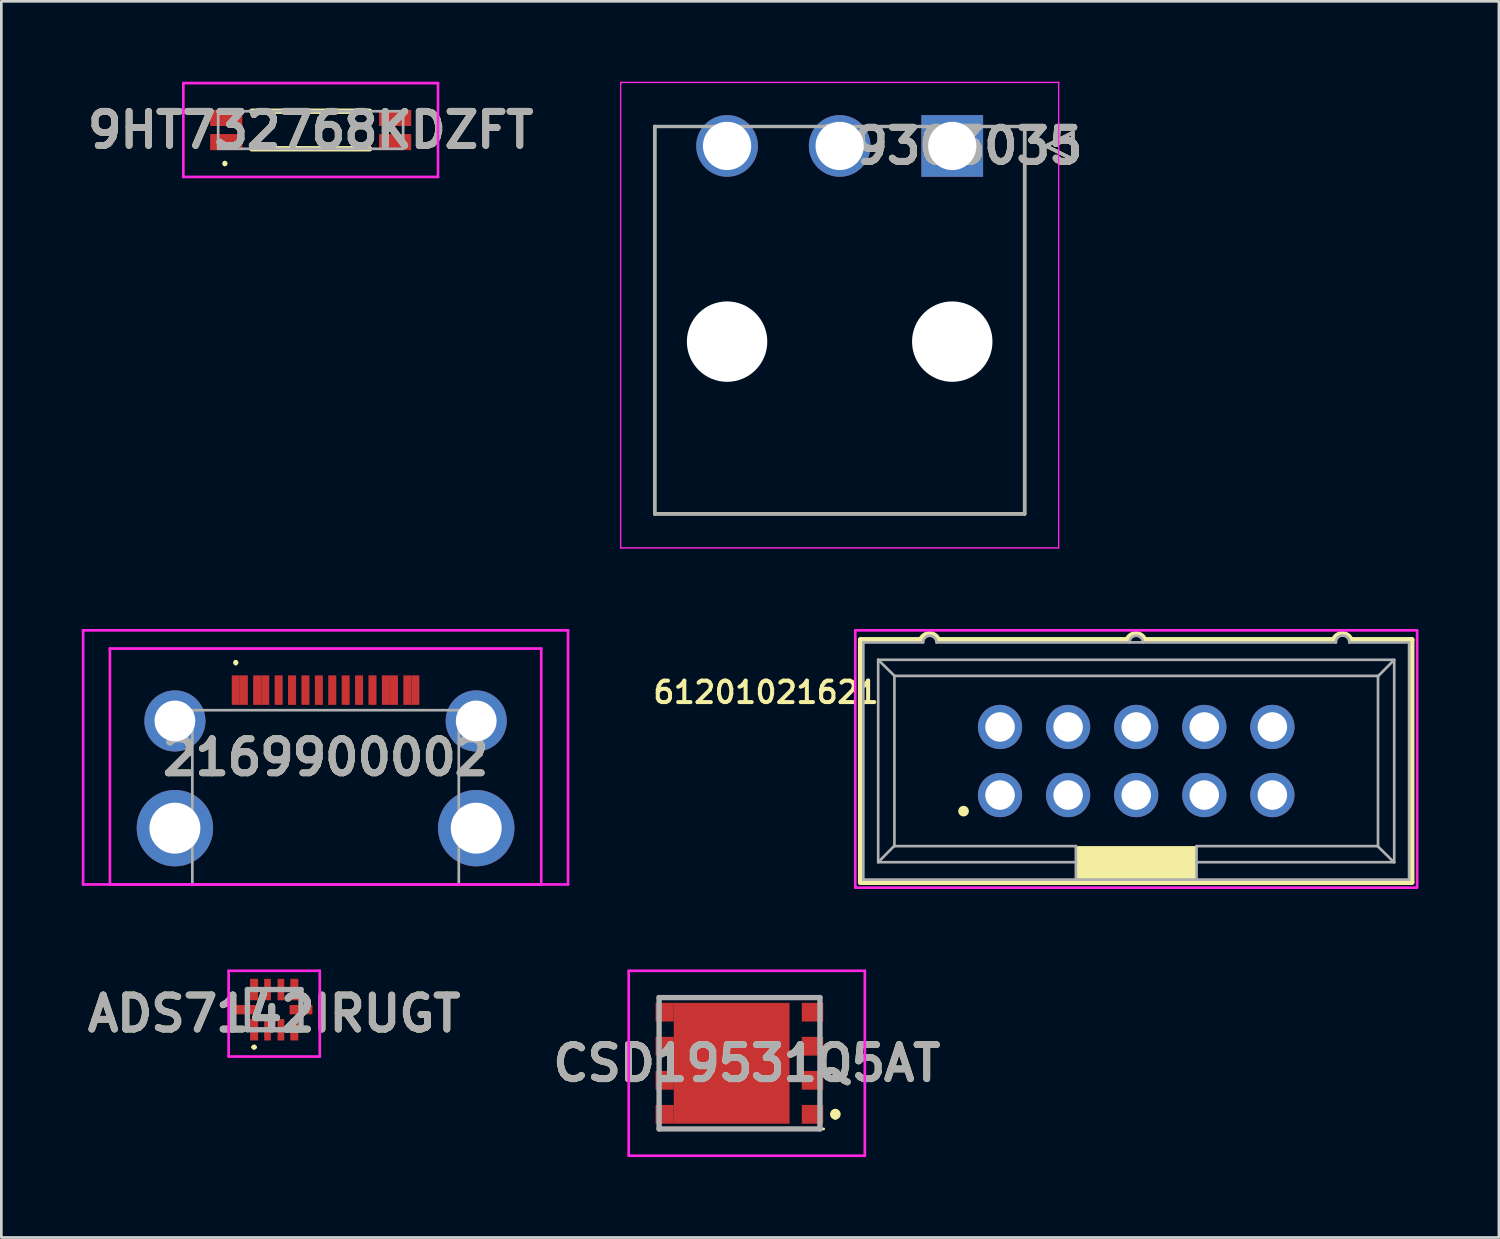
<source format=kicad_pcb>
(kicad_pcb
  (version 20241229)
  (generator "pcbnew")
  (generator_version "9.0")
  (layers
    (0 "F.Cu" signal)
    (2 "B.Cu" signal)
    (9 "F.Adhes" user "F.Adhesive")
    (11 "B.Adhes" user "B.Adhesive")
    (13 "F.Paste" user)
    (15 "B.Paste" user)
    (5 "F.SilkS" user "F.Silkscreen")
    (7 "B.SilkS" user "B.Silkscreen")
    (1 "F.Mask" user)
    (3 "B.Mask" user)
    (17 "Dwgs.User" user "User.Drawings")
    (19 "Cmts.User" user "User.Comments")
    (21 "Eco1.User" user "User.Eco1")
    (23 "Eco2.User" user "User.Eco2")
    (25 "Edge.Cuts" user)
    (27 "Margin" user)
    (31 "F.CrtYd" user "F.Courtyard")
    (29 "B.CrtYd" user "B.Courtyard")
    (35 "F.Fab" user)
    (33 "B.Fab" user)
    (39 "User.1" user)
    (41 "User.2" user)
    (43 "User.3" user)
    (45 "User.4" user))
  (footprint "CSD19531Q5AT"
    (layer "F.Cu")
    (at 24.808 36.614)
    (property "Reference" "CSD19531Q5AT" (at 0 0 0) (layer "F.SilkS") (effects (font (size 1.27 1.27) (thickness 0.254))))
    (attr smd)
    (fp_line (start -3.271 -2.45) (end 2.704 -2.45) (stroke (width 0.1) (type solid)) (layer "F.SilkS"))
    (fp_line (start -3.271 2.45) (end 2.868 2.45) (stroke (width 0.1) (type solid)) (layer "F.SilkS"))
    (fp_line (start 3.304 1.8) (end 3.304 1.8) (stroke (width 0.2) (type solid)) (layer "F.SilkS"))
    (fp_line (start 3.304 2) (end 3.304 2) (stroke (width 0.2) (type solid)) (layer "F.SilkS"))
    (fp_arc (start 3.304 1.8) (mid 3.404 1.9) (end 3.304 2) (stroke (width 0.2) (type solid)) (layer "F.SilkS"))
    (fp_arc (start 3.304 2) (mid 3.204 1.9) (end 3.304 1.8) (stroke (width 0.2) (type solid)) (layer "F.SilkS"))
    (fp_line (start -4.404 -3.45) (end 4.404 -3.45) (stroke (width 0.1) (type solid)) (layer "F.CrtYd"))
    (fp_line (start -4.404 3.45) (end -4.404 -3.45) (stroke (width 0.1) (type solid)) (layer "F.CrtYd"))
    (fp_line (start 4.404 -3.45) (end 4.404 3.45) (stroke (width 0.1) (type solid)) (layer "F.CrtYd"))
    (fp_line (start 4.404 3.45) (end -4.404 3.45) (stroke (width 0.1) (type solid)) (layer "F.CrtYd"))
    (fp_line (start -3.271 -2.45) (end 2.729 -2.45) (stroke (width 0.2) (type solid)) (layer "F.Fab"))
    (fp_line (start -3.271 2.45) (end -3.271 -2.45) (stroke (width 0.2) (type solid)) (layer "F.Fab"))
    (fp_line (start 2.729 -2.45) (end 2.729 2.45) (stroke (width 0.2) (type solid)) (layer "F.Fab"))
    (fp_line (start 2.729 2.45) (end -3.271 2.45) (stroke (width 0.2) (type solid)) (layer "F.Fab"))
    (fp_text user "${REFERENCE}" (at 0 0 0) (layer "F.Fab") (effects (font (size 1.27 1.27) (thickness 0.254))))
    (pad "1" smd rect (at 2.451 1.905) (size 0.8 0.7) (layers "F.Cu" "F.Mask" "F.Paste"))
    (pad "2" smd rect (at 2.451 0.635) (size 0.8 0.7) (layers "F.Cu" "F.Mask" "F.Paste"))
    (pad "3" smd rect (at 2.451 -0.635) (size 0.8 0.7) (layers "F.Cu" "F.Mask" "F.Paste"))
    (pad "4" smd rect (at 2.451 -1.905) (size 0.8 0.7) (layers "F.Cu" "F.Mask" "F.Paste"))
    (pad "5" smd rect (at -3.064 -1.905) (size 0.68 0.7) (layers "F.Cu" "F.Mask" "F.Paste"))
    (pad "6" smd rect (at -3.064 -0.635) (size 0.68 0.7) (layers "F.Cu" "F.Mask" "F.Paste"))
    (pad "7" smd rect (at -3.064 0.635) (size 0.68 0.7) (layers "F.Cu" "F.Mask" "F.Paste"))
    (pad "8" smd rect (at -3.064 1.905) (size 0.68 0.7) (layers "F.Cu" "F.Mask" "F.Paste"))
    (pad "9" smd rect (at -0.564 0) (size 4.32 4.51) (layers "F.Cu" "F.Mask" "F.Paste")))
  (footprint "9HT732768KDZFT"
    (layer "F.Cu")
    (at 8.539 1.8)
    (property "Reference" "9HT732768KDZFT" (at 0 0 0) (layer "F.SilkS") (effects (font (size 1.27 1.27) (thickness 0.254))))
    (attr smd)
    (fp_line (start -3.2 1.2) (end -3.2 1.2) (stroke (width 0.1) (type solid)) (layer "F.SilkS"))
    (fp_line (start -3.2 1.3) (end -3.2 1.3) (stroke (width 0.1) (type solid)) (layer "F.SilkS"))
    (fp_line (start -2.2 -0.7) (end 2.2 -0.7) (stroke (width 0.2) (type solid)) (layer "F.SilkS"))
    (fp_line (start -2.2 0.7) (end 2.2 0.7) (stroke (width 0.2) (type solid)) (layer "F.SilkS"))
    (fp_arc (start -3.2 1.2) (mid -3.15 1.25) (end -3.2 1.3) (stroke (width 0.1) (type solid)) (layer "F.SilkS"))
    (fp_arc (start -3.2 1.3) (mid -3.25 1.25) (end -3.2 1.2) (stroke (width 0.1) (type solid)) (layer "F.SilkS"))
    (fp_line (start -4.75 -1.75) (end 4.75 -1.75) (stroke (width 0.1) (type solid)) (layer "F.CrtYd"))
    (fp_line (start -4.75 1.75) (end -4.75 -1.75) (stroke (width 0.1) (type solid)) (layer "F.CrtYd"))
    (fp_line (start 4.75 -1.75) (end 4.75 1.75) (stroke (width 0.1) (type solid)) (layer "F.CrtYd"))
    (fp_line (start 4.75 1.75) (end -4.75 1.75) (stroke (width 0.1) (type solid)) (layer "F.CrtYd"))
    (fp_line (start -3.45 -0.7) (end 3.45 -0.7) (stroke (width 0.1) (type solid)) (layer "F.Fab"))
    (fp_line (start -3.45 0.7) (end -3.45 -0.7) (stroke (width 0.1) (type solid)) (layer "F.Fab"))
    (fp_line (start 3.45 -0.7) (end 3.45 0.7) (stroke (width 0.1) (type solid)) (layer "F.Fab"))
    (fp_line (start 3.45 0.7) (end -3.45 0.7) (stroke (width 0.1) (type solid)) (layer "F.Fab"))
    (fp_text user "${REFERENCE}" (at 0 0 0) (layer "F.Fab") (effects (font (size 1.27 1.27) (thickness 0.254))))
    (pad "1" smd rect (at -3.15 0.45 90) (size 0.6 1.2) (layers "F.Cu" "F.Mask" "F.Paste"))
    (pad "2" smd rect (at 3.15 0.45 90) (size 0.6 1.2) (layers "F.Cu" "F.Mask" "F.Paste"))
    (pad "3" smd rect (at 3.15 -0.45 90) (size 0.6 1.2) (layers "F.Cu" "F.Mask" "F.Paste"))
    (pad "4" smd rect (at -3.15 -0.45 90) (size 0.6 1.2) (layers "F.Cu" "F.Mask" "F.Paste")))
  (footprint "39303035"
    (layer "F.Cu")
    (at 32.473 2.394)
    (property "Reference" "39303035" (at 0 0 0) (layer "F.SilkS") (effects (font (size 1.27 1.27) (thickness 0.254))))
    (attr through_hole)
    (fp_line (start -11.1 13.725) (end -11.1 -0.725) (stroke (width 0.127) (type solid)) (layer "F.SilkS"))
    (fp_line (start 2.7 -0.725) (end 2.7 13.725) (stroke (width 0.127) (type solid)) (layer "F.SilkS"))
    (fp_line (start 2.7 13.725) (end -11.1 13.725) (stroke (width 0.127) (type solid)) (layer "F.SilkS"))
    (fp_line (start 3.5 0) (end 4.5 -0.5) (stroke (width 0.127) (type solid)) (layer "F.SilkS"))
    (fp_line (start 4.5 -0.5) (end 4.5 0.5) (stroke (width 0.127) (type solid)) (layer "F.SilkS"))
    (fp_line (start 4.5 0.5) (end 3.5 0) (stroke (width 0.127) (type solid)) (layer "F.SilkS"))
    (fp_line (start -12.37 -2.369) (end 3.97 -2.369) (stroke (width 0.05) (type solid)) (layer "F.CrtYd"))
    (fp_line (start -12.37 14.995) (end -12.37 -2.369) (stroke (width 0.05) (type solid)) (layer "F.CrtYd"))
    (fp_line (start 3.97 -2.369) (end 3.97 14.995) (stroke (width 0.05) (type solid)) (layer "F.CrtYd"))
    (fp_line (start 3.97 14.995) (end -12.37 14.995) (stroke (width 0.05) (type solid)) (layer "F.CrtYd"))
    (fp_line (start -11.1 -0.725) (end 2.7 -0.725) (stroke (width 0.127) (type solid)) (layer "F.Fab"))
    (fp_line (start -11.1 13.725) (end -11.1 -0.725) (stroke (width 0.127) (type solid)) (layer "F.Fab"))
    (fp_line (start 2.7 -0.725) (end 2.7 13.725) (stroke (width 0.127) (type solid)) (layer "F.Fab"))
    (fp_line (start 2.7 13.725) (end -11.1 13.725) (stroke (width 0.127) (type solid)) (layer "F.Fab"))
    (fp_line (start 3.5 0) (end 4.5 -0.5) (stroke (width 0.127) (type solid)) (layer "F.Fab"))
    (fp_line (start 4.5 -0.5) (end 4.5 0.5) (stroke (width 0.127) (type solid)) (layer "F.Fab"))
    (fp_line (start 4.5 0.5) (end 3.5 0) (stroke (width 0.127) (type solid)) (layer "F.Fab"))
    (fp_text user "${REFERENCE}" (at 0 0 0) (layer "F.Fab") (effects (font (size 1.27 1.27) (thickness 0.254))))
    (pad "" np_thru_hole circle (at -8.4 7.3) (size 3 3) (drill 3) (layers "*.Cu" "*.Mask"))
    (pad "" np_thru_hole circle (at 0 7.3) (size 3 3) (drill 3) (layers "*.Cu" "*.Mask"))
    (pad "1" thru_hole rect (at 0 0) (size 2.3 2.3) (drill 1.8) (layers "*.Cu" "*.Mask"))
    (pad "2" thru_hole circle (at -4.2 0) (size 2.3 2.3) (drill 1.8) (layers "*.Cu" "*.Mask"))
    (pad "3" thru_hole circle (at -8.4 0) (size 2.3 2.3) (drill 1.8) (layers "*.Cu" "*.Mask")))
  (footprint "61201021621"
    (layer "F.Cu")
    (at 39.335 25.339)
    (property "Reference" "61201021621" (at -13.81 -2.561 0) (layer "F.SilkS") (effects (font (size 0.8 0.8) (thickness 0.15))))
    (attr through_hole)
    (fp_line (start -10.28 -4.525) (end -10.28 4.525) (stroke (width 0.2) (type solid)) (layer "F.SilkS"))
    (fp_line (start -10.28 4.525) (end 10.28 4.525) (stroke (width 0.2) (type solid)) (layer "F.SilkS"))
    (fp_line (start -8.03 -4.525) (end -10.28 -4.525) (stroke (width 0.2) (type solid)) (layer "F.SilkS"))
    (fp_line (start -0.33 -4.525) (end -7.39 -4.525) (stroke (width 0.2) (type solid)) (layer "F.SilkS"))
    (fp_line (start 7.37 -4.525) (end 0.31 -4.525) (stroke (width 0.2) (type solid)) (layer "F.SilkS"))
    (fp_line (start 8.01 -4.525) (end 10.28 -4.525) (stroke (width 0.2) (type solid)) (layer "F.SilkS"))
    (fp_line (start 10.28 4.525) (end 10.28 -4.525) (stroke (width 0.2) (type solid)) (layer "F.SilkS"))
    (fp_arc (start -8.03 -4.525) (mid -7.71 -4.743548) (end -7.39 -4.525) (stroke (width 0.2) (type solid)) (layer "F.SilkS"))
    (fp_arc (start -0.33 -4.525) (mid -0.01 -4.743548) (end 0.31 -4.525) (stroke (width 0.2) (type solid)) (layer "F.SilkS"))
    (fp_arc (start 7.37 -4.525) (mid 7.69 -4.743548) (end 8.01 -4.525) (stroke (width 0.2) (type solid)) (layer "F.SilkS"))
    (fp_circle (center -6.44 1.87) (end -6.34 1.87) (stroke (width 0.2) (type solid)) (fill no) (layer "F.SilkS"))
    (fp_poly (pts (xy -2.25 3.175) (xy 2.25 3.175) (xy 2.25 4.425) (xy -2.25 4.425)) (stroke (width 0.01) (type solid)) (fill yes) (layer "F.SilkS"))
    (fp_poly (pts (xy -10.48 -4.875) (xy 10.48 -4.875) (xy 10.48 4.725) (xy -10.48 4.725)) (stroke (width 0.1) (type solid)) (fill no) (layer "F.CrtYd"))
    (fp_line (start -10.18 -4.425) (end -7.95 -4.425) (stroke (width 0.1) (type solid)) (layer "F.Fab"))
    (fp_line (start -10.18 4.425) (end -10.18 -4.425) (stroke (width 0.1) (type solid)) (layer "F.Fab"))
    (fp_line (start -9.625 -3.775) (end 9.625 -3.775) (stroke (width 0.1) (type solid)) (layer "F.Fab"))
    (fp_line (start -9.625 3.775) (end -9.625 -3.775) (stroke (width 0.1) (type solid)) (layer "F.Fab"))
    (fp_line (start -9.02 -3.175) (end 9.02 -3.175) (stroke (width 0.1) (type solid)) (layer "F.Fab"))
    (fp_line (start -9.02 3.16) (end -9.62 3.77) (stroke (width 0.1) (type solid)) (layer "F.Fab"))
    (fp_line (start -9.02 3.16) (end -9.02 -3.175) (stroke (width 0.1) (type solid)) (layer "F.Fab"))
    (fp_line (start -9.02 3.175) (end -9.02 3.16) (stroke (width 0.1) (type solid)) (layer "F.Fab"))
    (fp_line (start -9.01 -3.17) (end -9.62 -3.77) (stroke (width 0.1) (type solid)) (layer "F.Fab"))
    (fp_line (start -7.45 -4.425) (end 7.45 -4.425) (stroke (width 0.1) (type solid)) (layer "F.Fab"))
    (fp_line (start -2.25 3.175) (end -9.02 3.175) (stroke (width 0.1) (type solid)) (layer "F.Fab"))
    (fp_line (start -2.25 3.175) (end -2.25 3.775) (stroke (width 0.1) (type solid)) (layer "F.Fab"))
    (fp_line (start -2.25 3.775) (end -9.625 3.775) (stroke (width 0.1) (type solid)) (layer "F.Fab"))
    (fp_line (start -2.25 3.795) (end -2.25 4.395) (stroke (width 0.1) (type solid)) (layer "F.Fab"))
    (fp_line (start 2.25 3.175) (end 2.25 3.775) (stroke (width 0.1) (type solid)) (layer "F.Fab"))
    (fp_line (start 2.25 3.815) (end 2.25 4.415) (stroke (width 0.1) (type solid)) (layer "F.Fab"))
    (fp_line (start 7.95 -4.425) (end 10.18 -4.425) (stroke (width 0.1) (type solid)) (layer "F.Fab"))
    (fp_line (start 9 3.17) (end 9.61 3.77) (stroke (width 0.1) (type solid)) (layer "F.Fab"))
    (fp_line (start 9.01 -3.15) (end 9.61 -3.76) (stroke (width 0.1) (type solid)) (layer "F.Fab"))
    (fp_line (start 9.02 -3.175) (end 9.02 3.175) (stroke (width 0.1) (type solid)) (layer "F.Fab"))
    (fp_line (start 9.02 3.175) (end 2.25 3.175) (stroke (width 0.1) (type solid)) (layer "F.Fab"))
    (fp_line (start 9.625 -3.775) (end 9.625 3.775) (stroke (width 0.1) (type solid)) (layer "F.Fab"))
    (fp_line (start 9.625 3.775) (end 2.25 3.775) (stroke (width 0.1) (type solid)) (layer "F.Fab"))
    (fp_line (start 10.18 -4.425) (end 10.18 4.425) (stroke (width 0.1) (type solid)) (layer "F.Fab"))
    (fp_line (start 10.18 4.425) (end -10.18 4.425) (stroke (width 0.1) (type solid)) (layer "F.Fab"))
    (fp_arc (start -7.95 -4.425) (mid -7.7 -4.68005) (end -7.45 -4.425) (stroke (width 0.1) (type solid)) (layer "F.Fab"))
    (fp_arc (start -0.25 -4.425) (mid 0 -4.68005) (end 0.25 -4.425) (stroke (width 0.1) (type solid)) (layer "F.Fab"))
    (fp_arc (start 7.45 -4.425) (mid 7.7 -4.685196) (end 7.95 -4.425) (stroke (width 0.1) (type solid)) (layer "F.Fab"))
    (pad "1" thru_hole circle (at -5.08 1.27) (size 1.65 1.65) (drill 1.1) (layers "*.Cu" "*.Mask"))
    (pad "2" thru_hole circle (at -5.08 -1.27) (size 1.65 1.65) (drill 1.1) (layers "*.Cu" "*.Mask"))
    (pad "3" thru_hole circle (at -2.54 1.27) (size 1.65 1.65) (drill 1.1) (layers "*.Cu" "*.Mask"))
    (pad "4" thru_hole circle (at -2.54 -1.27) (size 1.65 1.65) (drill 1.1) (layers "*.Cu" "*.Mask"))
    (pad "5" thru_hole circle (at 0 1.27) (size 1.65 1.65) (drill 1.1) (layers "*.Cu" "*.Mask"))
    (pad "6" thru_hole circle (at 0 -1.27) (size 1.65 1.65) (drill 1.1) (layers "*.Cu" "*.Mask"))
    (pad "7" thru_hole circle (at 2.54 1.27) (size 1.65 1.65) (drill 1.1) (layers "*.Cu" "*.Mask"))
    (pad "8" thru_hole circle (at 2.54 -1.27) (size 1.65 1.65) (drill 1.1) (layers "*.Cu" "*.Mask"))
    (pad "9" thru_hole circle (at 5.08 1.27) (size 1.65 1.65) (drill 1.1) (layers "*.Cu" "*.Mask"))
    (pad "10" thru_hole circle (at 5.08 -1.27) (size 1.65 1.65) (drill 1.1) (layers "*.Cu" "*.Mask")))
  (footprint "ADS7142IRUGT"
    (layer "F.Cu")
    (at 7.179 34.614)
    (property "Reference" "ADS7142IRUGT" (at 0 0.15 0) (layer "F.SilkS") (effects (font (size 1.27 1.27) (thickness 0.254))))
    (attr smd)
    (fp_line (start -0.8 1.4) (end -0.8 1.4) (stroke (width 0.1) (type solid)) (layer "F.SilkS"))
    (fp_line (start -0.7 1.4) (end -0.7 1.4) (stroke (width 0.1) (type solid)) (layer "F.SilkS"))
    (fp_arc (start -0.8 1.4) (mid -0.75 1.35) (end -0.7 1.4) (stroke (width 0.1) (type solid)) (layer "F.SilkS"))
    (fp_arc (start -0.7 1.4) (mid -0.75 1.45) (end -0.8 1.4) (stroke (width 0.1) (type solid)) (layer "F.SilkS"))
    (fp_line (start -1.7 -1.45) (end 1.7 -1.45) (stroke (width 0.1) (type solid)) (layer "F.CrtYd"))
    (fp_line (start -1.7 1.75) (end -1.7 -1.45) (stroke (width 0.1) (type solid)) (layer "F.CrtYd"))
    (fp_line (start 1.7 -1.45) (end 1.7 1.75) (stroke (width 0.1) (type solid)) (layer "F.CrtYd"))
    (fp_line (start 1.7 1.75) (end -1.7 1.75) (stroke (width 0.1) (type solid)) (layer "F.CrtYd"))
    (fp_line (start -1 -0.75) (end 1 -0.75) (stroke (width 0.2) (type solid)) (layer "F.Fab"))
    (fp_line (start -1 0.75) (end -1 -0.75) (stroke (width 0.2) (type solid)) (layer "F.Fab"))
    (fp_line (start 1 -0.75) (end 1 0.75) (stroke (width 0.2) (type solid)) (layer "F.Fab"))
    (fp_line (start 1 0.75) (end -1 0.75) (stroke (width 0.2) (type solid)) (layer "F.Fab"))
    (fp_text user "${REFERENCE}" (at 0 0.15 0) (layer "F.Fab") (effects (font (size 1.27 1.27) (thickness 0.254))))
    (pad "1" smd rect (at -0.75 0.75) (size 0.3 0.8) (layers "F.Cu" "F.Mask" "F.Paste"))
    (pad "2" smd rect (at -0.25 0.75) (size 0.25 0.8) (layers "F.Cu" "F.Mask" "F.Paste"))
    (pad "3" smd rect (at 0.25 0.75) (size 0.25 0.8) (layers "F.Cu" "F.Mask" "F.Paste"))
    (pad "4" smd rect (at 0.75 0.75) (size 0.3 0.8) (layers "F.Cu" "F.Mask" "F.Paste"))
    (pad "5" smd rect (at 1 0 90) (size 0.35 0.85) (layers "F.Cu" "F.Mask" "F.Paste"))
    (pad "6" smd rect (at 0.75 -0.75) (size 0.3 0.8) (layers "F.Cu" "F.Mask" "F.Paste"))
    (pad "7" smd rect (at 0.25 -0.75) (size 0.25 0.8) (layers "F.Cu" "F.Mask" "F.Paste"))
    (pad "8" smd rect (at -0.25 -0.75) (size 0.25 0.8) (layers "F.Cu" "F.Mask" "F.Paste"))
    (pad "9" smd rect (at -0.75 -0.75) (size 0.3 0.8) (layers "F.Cu" "F.Mask" "F.Paste"))
    (pad "10" smd rect (at -1 0 90) (size 0.35 0.85) (layers "F.Cu" "F.Mask" "F.Paste")))
  (footprint "2169900002"
    (layer "F.Cu")
    (at 9.095 25.544)
    (property "Reference" "2169900002" (at 0 -0.34 0) (layer "F.SilkS") (effects (font (size 1.27 1.27) (thickness 0.254))))
    (attr through_hole)
    (fp_line (start -3.35 -3.925) (end -3.35 -3.925) (stroke (width 0.1) (type solid)) (layer "F.SilkS"))
    (fp_line (start -3.35 -3.825) (end -3.35 -3.825) (stroke (width 0.1) (type solid)) (layer "F.SilkS"))
    (fp_arc (start -3.35 -3.925) (mid -3.3 -3.875) (end -3.35 -3.825) (stroke (width 0.1) (type solid)) (layer "F.SilkS"))
    (fp_arc (start -3.35 -3.825) (mid -3.4 -3.875) (end -3.35 -3.925) (stroke (width 0.1) (type solid)) (layer "F.SilkS"))
    (fp_line (start -9.045 -5.08) (end 9.045 -5.08) (stroke (width 0.1) (type solid)) (layer "F.CrtYd"))
    (fp_line (start -9.045 4.4) (end -9.045 -5.08) (stroke (width 0.1) (type solid)) (layer "F.CrtYd"))
    (fp_line (start -8.045 -4.4) (end 8.045 -4.4) (stroke (width 0.1) (type solid)) (layer "F.CrtYd"))
    (fp_line (start -8.045 4.4) (end -8.045 -4.4) (stroke (width 0.1) (type solid)) (layer "F.CrtYd"))
    (fp_line (start 8.045 -4.4) (end 8.045 4.4) (stroke (width 0.1) (type solid)) (layer "F.CrtYd"))
    (fp_line (start 8.045 4.4) (end -8.045 4.4) (stroke (width 0.1) (type solid)) (layer "F.CrtYd"))
    (fp_line (start 9.045 -5.08) (end 9.045 4.4) (stroke (width 0.1) (type solid)) (layer "F.CrtYd"))
    (fp_line (start 9.045 4.4) (end -9.045 4.4) (stroke (width 0.1) (type solid)) (layer "F.CrtYd"))
    (fp_line (start -4.97 -2.1) (end -4.97 4.4) (stroke (width 0.1) (type solid)) (layer "F.Fab"))
    (fp_line (start -4.97 4.4) (end 4.97 4.4) (stroke (width 0.1) (type solid)) (layer "F.Fab"))
    (fp_line (start 4.97 -2.1) (end -4.97 -2.1) (stroke (width 0.1) (type solid)) (layer "F.Fab"))
    (fp_line (start 4.97 4.4) (end 4.97 -2.1) (stroke (width 0.1) (type solid)) (layer "F.Fab"))
    (fp_text user "${REFERENCE}" (at 0 -0.34 0) (layer "F.Fab") (effects (font (size 1.27 1.27) (thickness 0.254))))
    (pad "A1" smd rect (at -3.35 -2.85) (size 0.3 1.1) (layers "F.Cu" "F.Mask" "F.Paste"))
    (pad "A4" smd rect (at -2.55 -2.85) (size 0.3 1.1) (layers "F.Cu" "F.Mask" "F.Paste"))
    (pad "A5" smd rect (at -1.25 -2.85) (size 0.3 1.1) (layers "F.Cu" "F.Mask" "F.Paste"))
    (pad "A6" smd rect (at -0.25 -2.85) (size 0.3 1.1) (layers "F.Cu" "F.Mask" "F.Paste"))
    (pad "A7" smd rect (at 0.25 -2.85) (size 0.3 1.1) (layers "F.Cu" "F.Mask" "F.Paste"))
    (pad "A8" smd rect (at 1.25 -2.85) (size 0.3 1.1) (layers "F.Cu" "F.Mask" "F.Paste"))
    (pad "A9" smd rect (at 2.55 -2.85) (size 0.3 1.1) (layers "F.Cu" "F.Mask" "F.Paste"))
    (pad "A12" smd rect (at 3.35 -2.85) (size 0.3 1.1) (layers "F.Cu" "F.Mask" "F.Paste"))
    (pad "B1" smd rect (at 3.05 -2.85) (size 0.3 1.1) (layers "F.Cu" "F.Mask" "F.Paste"))
    (pad "B4" smd rect (at 2.25 -2.85) (size 0.3 1.1) (layers "F.Cu" "F.Mask" "F.Paste"))
    (pad "B5" smd rect (at 1.75 -2.85) (size 0.3 1.1) (layers "F.Cu" "F.Mask" "F.Paste"))
    (pad "B6" smd rect (at 0.75 -2.85) (size 0.3 1.1) (layers "F.Cu" "F.Mask" "F.Paste"))
    (pad "B7" smd rect (at -0.75 -2.85) (size 0.3 1.1) (layers "F.Cu" "F.Mask" "F.Paste"))
    (pad "B8" smd rect (at -1.75 -2.85) (size 0.3 1.1) (layers "F.Cu" "F.Mask" "F.Paste"))
    (pad "B9" smd rect (at -2.25 -2.85) (size 0.3 1.1) (layers "F.Cu" "F.Mask" "F.Paste"))
    (pad "B12" smd rect (at -3.05 -2.85) (size 0.3 1.1) (layers "F.Cu" "F.Mask" "F.Paste"))
    (pad "MH1" thru_hole circle (at -5.62 -1.7) (size 2.28 2.28) (drill 1.52) (layers "*.Cu" "*.Mask"))
    (pad "MH2" thru_hole circle (at 5.62 -1.7) (size 2.28 2.28) (drill 1.52) (layers "*.Cu" "*.Mask"))
    (pad "MH3" thru_hole circle (at 5.62 2.3) (size 2.85 2.85) (drill 1.9) (layers "*.Cu" "*.Mask"))
    (pad "MH4" thru_hole circle (at -5.62 2.3) (size 2.85 2.85) (drill 1.9) (layers "*.Cu" "*.Mask")))
  (gr_rect
    (start -3 -3)
    (end 52.865 43.114)
    (stroke (width 0.1) (type default))
    (fill no)
    (layer "Edge.Cuts")))
</source>
